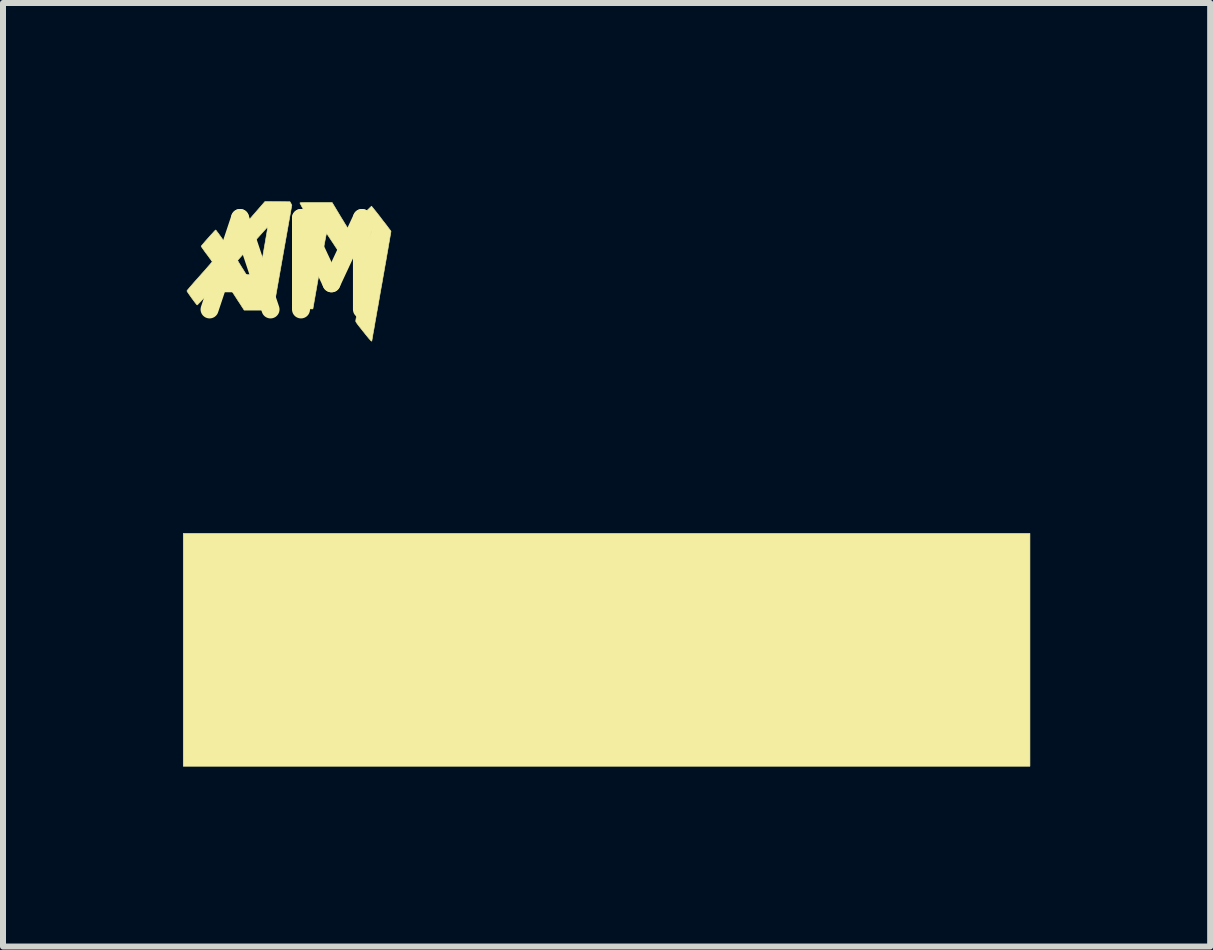
<source format=kicad_pcb>
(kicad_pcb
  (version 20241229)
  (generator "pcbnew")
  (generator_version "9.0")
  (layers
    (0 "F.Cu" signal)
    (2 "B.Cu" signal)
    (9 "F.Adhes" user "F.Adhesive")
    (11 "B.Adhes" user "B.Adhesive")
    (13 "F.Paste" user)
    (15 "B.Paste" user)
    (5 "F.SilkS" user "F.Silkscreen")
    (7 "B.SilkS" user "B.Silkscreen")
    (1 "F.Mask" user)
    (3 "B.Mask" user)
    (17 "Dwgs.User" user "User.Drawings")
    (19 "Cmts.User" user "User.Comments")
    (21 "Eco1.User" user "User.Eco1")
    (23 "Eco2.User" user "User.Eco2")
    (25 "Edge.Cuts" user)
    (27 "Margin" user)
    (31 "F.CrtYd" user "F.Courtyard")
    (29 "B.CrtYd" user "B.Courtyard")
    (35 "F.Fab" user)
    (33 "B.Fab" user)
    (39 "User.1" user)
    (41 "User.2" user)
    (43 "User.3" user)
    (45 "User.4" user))
  (footprint "Name Pad"
    (layer "F.Cu")
    (at 7.061 7.605)
    (property "Reference" "Name Pad" (at 0 0 0) (layer "F.SilkS") (effects (font (size 1.524 1.524) (thickness 0.3))))
    (attr through_hole)
    (fp_poly (pts (xy 7.056 2.117) (xy -7.056 2.117) (xy -7.056 -1.764) (xy 7.056 -1.764) (xy 7.056 2.117)) (stroke (width 0.01) (type solid)) (fill yes) (layer "F.SilkS")))
  (footprint "AM"
    (layer "F.Cu")
    (at 1.822 1.418)
    (property "Reference" "AM" (at 0 0 0) (layer "F.SilkS") (effects (font (size 1.524 1.524) (thickness 0.3))))
    (attr through_hole)
    (fp_poly (pts (xy -0.571 -0.306) (xy -0.571 -0.304) (xy -0.573 -0.296) (xy -0.576 -0.28) (xy -0.58 -0.256) (xy -0.585 -0.226) (xy -0.591 -0.191) (xy -0.598 -0.152) (xy -0.602 -0.13) (xy -0.609 -0.09) (xy -0.616 -0.053) (xy -0.622 -0.02) (xy -0.627 0.008) (xy -0.631 0.029) (xy -0.633 0.042) (xy -0.634 0.045) (xy -0.637 0.051) (xy -0.64 0.052) (xy -0.645 0.047) (xy -0.655 0.035) (xy -0.656 0.033) (xy -0.676 0.004) (xy -0.696 -0.023) (xy -0.714 -0.05) (xy -0.73 -0.074) (xy -0.743 -0.094) (xy -0.752 -0.108) (xy -0.757 -0.116) (xy -0.757 -0.117) (xy -0.754 -0.122) (xy -0.744 -0.133) (xy -0.73 -0.149) (xy -0.713 -0.168) (xy -0.693 -0.19) (xy -0.671 -0.214) (xy -0.649 -0.237) (xy -0.628 -0.259) (xy -0.609 -0.279) (xy -0.594 -0.295) (xy -0.582 -0.306) (xy -0.576 -0.311) (xy -0.576 -0.312) (xy -0.571 -0.313) (xy -0.571 -0.306)) (stroke (width 0.01) (type solid)) (fill yes) (layer "F.SilkS"))
    (fp_poly (pts (xy -0.039 -1.105) (xy -0.008 -1.049) (xy -0.163 -0.174) (xy -0.317 0.701) (xy -0.802 0.701) (xy -0.829 0.659) (xy -0.837 0.647) (xy -0.85 0.627) (xy -0.867 0.6) (xy -0.888 0.568) (xy -0.912 0.532) (xy -0.938 0.491) (xy -0.966 0.448) (xy -0.995 0.403) (xy -1.005 0.387) (xy -1.034 0.344) (xy -1.06 0.303) (xy -1.085 0.266) (xy -1.106 0.233) (xy -1.125 0.205) (xy -1.14 0.183) (xy -1.151 0.167) (xy -1.157 0.159) (xy -1.158 0.157) (xy -1.162 0.161) (xy -1.172 0.172) (xy -1.188 0.188) (xy -1.209 0.211) (xy -1.234 0.238) (xy -1.263 0.27) (xy -1.295 0.305) (xy -1.33 0.343) (xy -1.367 0.384) (xy -1.369 0.386) (xy -1.407 0.428) (xy -1.443 0.467) (xy -1.476 0.502) (xy -1.506 0.534) (xy -1.532 0.562) (xy -1.554 0.584) (xy -1.57 0.601) (xy -1.581 0.611) (xy -1.586 0.615) (xy -1.591 0.611) (xy -1.6 0.6) (xy -1.614 0.583) (xy -1.63 0.562) (xy -1.648 0.537) (xy -1.668 0.511) (xy -1.687 0.484) (xy -1.706 0.457) (xy -1.723 0.433) (xy -1.738 0.411) (xy -1.749 0.395) (xy -1.755 0.384) (xy -1.756 0.381) (xy -1.753 0.376) (xy -1.744 0.364) (xy -1.728 0.345) (xy -1.707 0.32) (xy -1.681 0.29) (xy -1.651 0.255) (xy -1.616 0.215) (xy -1.577 0.172) (xy -1.544 0.135) (xy -1.501 0.086) (xy -1.461 0.042) (xy -1.426 0.002) (xy -1.397 -0.032) (xy -1.372 -0.06) (xy -1.354 -0.082) (xy -1.341 -0.098) (xy -1.335 -0.107) (xy -1.335 -0.108) (xy -1.338 -0.114) (xy -1.348 -0.126) (xy -1.349 -0.128) (xy -0.911 -0.128) (xy -0.909 -0.123) (xy -0.902 -0.11) (xy -0.891 -0.091) (xy -0.876 -0.066) (xy -0.858 -0.037) (xy -0.837 -0.003) (xy -0.814 0.033) (xy -0.79 0.072) (xy -0.765 0.111) (xy -0.739 0.151) (xy -0.714 0.19) (xy -0.69 0.228) (xy -0.667 0.262) (xy -0.646 0.294) (xy -0.628 0.321) (xy -0.613 0.342) (xy -0.602 0.358) (xy -0.596 0.366) (xy -0.594 0.367) (xy -0.593 0.362) (xy -0.59 0.347) (xy -0.585 0.323) (xy -0.58 0.292) (xy -0.572 0.253) (xy -0.564 0.208) (xy -0.555 0.156) (xy -0.545 0.099) (xy -0.534 0.037) (xy -0.522 -0.028) (xy -0.51 -0.098) (xy -0.499 -0.16) (xy -0.486 -0.231) (xy -0.474 -0.3) (xy -0.463 -0.365) (xy -0.452 -0.426) (xy -0.443 -0.482) (xy -0.434 -0.533) (xy -0.426 -0.577) (xy -0.42 -0.615) (xy -0.415 -0.646) (xy -0.412 -0.668) (xy -0.41 -0.681) (xy -0.409 -0.685) (xy -0.413 -0.685) (xy -0.417 -0.681) (xy -0.426 -0.67) (xy -0.442 -0.653) (xy -0.463 -0.63) (xy -0.488 -0.602) (xy -0.518 -0.569) (xy -0.551 -0.532) (xy -0.587 -0.492) (xy -0.625 -0.449) (xy -0.661 -0.409) (xy -0.701 -0.364) (xy -0.74 -0.321) (xy -0.776 -0.281) (xy -0.808 -0.244) (xy -0.838 -0.211) (xy -0.863 -0.183) (xy -0.883 -0.16) (xy -0.898 -0.143) (xy -0.908 -0.132) (xy -0.911 -0.128) (xy -1.349 -0.128) (xy -1.361 -0.145) (xy -1.379 -0.168) (xy -1.399 -0.196) (xy -1.421 -0.226) (xy -1.429 -0.236) (xy -1.452 -0.266) (xy -1.472 -0.295) (xy -1.49 -0.32) (xy -1.504 -0.34) (xy -1.513 -0.355) (xy -1.518 -0.363) (xy -1.518 -0.364) (xy -1.514 -0.37) (xy -1.505 -0.382) (xy -1.49 -0.399) (xy -1.472 -0.42) (xy -1.451 -0.445) (xy -1.427 -0.472) (xy -1.403 -0.499) (xy -1.378 -0.527) (xy -1.354 -0.554) (xy -1.331 -0.578) (xy -1.312 -0.6) (xy -1.296 -0.617) (xy -1.284 -0.629) (xy -1.278 -0.634) (xy -1.277 -0.635) (xy -1.273 -0.631) (xy -1.264 -0.62) (xy -1.251 -0.602) (xy -1.233 -0.579) (xy -1.214 -0.552) (xy -1.192 -0.522) (xy -1.184 -0.511) (xy -1.162 -0.479) (xy -1.141 -0.451) (xy -1.123 -0.427) (xy -1.108 -0.407) (xy -1.097 -0.393) (xy -1.091 -0.387) (xy -1.09 -0.386) (xy -1.086 -0.39) (xy -1.076 -0.401) (xy -1.06 -0.419) (xy -1.039 -0.442) (xy -1.013 -0.471) (xy -0.982 -0.506) (xy -0.948 -0.544) (xy -0.911 -0.587) (xy -0.87 -0.633) (xy -0.827 -0.682) (xy -0.782 -0.733) (xy -0.77 -0.747) (xy -0.456 -1.108) (xy -0.039 -1.105)) (stroke (width 0.01) (type solid)) (fill yes) (layer "F.SilkS"))
    (fp_poly (pts (xy 0.797 -0.871) (xy 0.823 -0.828) (xy 0.848 -0.788) (xy 0.87 -0.751) (xy 0.89 -0.719) (xy 0.907 -0.692) (xy 0.92 -0.671) (xy 0.929 -0.657) (xy 0.934 -0.651) (xy 0.934 -0.65) (xy 0.938 -0.654) (xy 0.949 -0.664) (xy 0.965 -0.68) (xy 0.987 -0.701) (xy 1.013 -0.727) (xy 1.043 -0.756) (xy 1.076 -0.789) (xy 1.111 -0.824) (xy 1.128 -0.841) (xy 1.164 -0.877) (xy 1.198 -0.911) (xy 1.229 -0.942) (xy 1.257 -0.97) (xy 1.281 -0.993) (xy 1.299 -1.011) (xy 1.313 -1.024) (xy 1.32 -1.03) (xy 1.321 -1.031) (xy 1.324 -1.027) (xy 1.333 -1.016) (xy 1.347 -0.999) (xy 1.365 -0.976) (xy 1.387 -0.949) (xy 1.411 -0.919) (xy 1.437 -0.886) (xy 1.464 -0.851) (xy 1.491 -0.815) (xy 1.518 -0.78) (xy 1.545 -0.746) (xy 1.57 -0.714) (xy 1.592 -0.684) (xy 1.611 -0.659) (xy 1.627 -0.638) (xy 1.638 -0.623) (xy 1.644 -0.615) (xy 1.645 -0.613) (xy 1.644 -0.608) (xy 1.642 -0.593) (xy 1.638 -0.569) (xy 1.632 -0.536) (xy 1.625 -0.495) (xy 1.617 -0.447) (xy 1.607 -0.392) (xy 1.597 -0.331) (xy 1.585 -0.263) (xy 1.572 -0.19) (xy 1.559 -0.112) (xy 1.544 -0.029) (xy 1.529 0.057) (xy 1.513 0.147) (xy 1.497 0.24) (xy 1.486 0.301) (xy 1.469 0.395) (xy 1.453 0.487) (xy 1.438 0.576) (xy 1.423 0.661) (xy 1.408 0.742) (xy 1.395 0.818) (xy 1.382 0.889) (xy 1.371 0.955) (xy 1.361 1.014) (xy 1.351 1.066) (xy 1.343 1.112) (xy 1.337 1.149) (xy 1.332 1.179) (xy 1.328 1.2) (xy 1.326 1.211) (xy 1.326 1.214) (xy 1.325 1.218) (xy 1.321 1.218) (xy 1.315 1.214) (xy 1.305 1.205) (xy 1.292 1.19) (xy 1.274 1.17) (xy 1.252 1.143) (xy 1.224 1.109) (xy 1.191 1.067) (xy 1.184 1.059) (xy 1.151 1.017) (xy 1.123 0.982) (xy 1.101 0.954) (xy 1.084 0.931) (xy 1.072 0.914) (xy 1.064 0.901) (xy 1.059 0.891) (xy 1.057 0.885) (xy 1.057 0.884) (xy 1.058 0.878) (xy 1.06 0.862) (xy 1.064 0.837) (xy 1.07 0.803) (xy 1.077 0.763) (xy 1.085 0.714) (xy 1.094 0.66) (xy 1.105 0.599) (xy 1.116 0.533) (xy 1.129 0.461) (xy 1.142 0.386) (xy 1.156 0.307) (xy 1.17 0.224) (xy 1.185 0.139) (xy 1.186 0.134) (xy 1.201 0.049) (xy 1.216 -0.033) (xy 1.23 -0.112) (xy 1.243 -0.187) (xy 1.255 -0.258) (xy 1.266 -0.324) (xy 1.277 -0.384) (xy 1.286 -0.439) (xy 1.295 -0.486) (xy 1.301 -0.527) (xy 1.307 -0.56) (xy 1.311 -0.584) (xy 1.314 -0.6) (xy 1.314 -0.606) (xy 1.314 -0.606) (xy 1.311 -0.603) (xy 1.3 -0.594) (xy 1.284 -0.578) (xy 1.263 -0.557) (xy 1.237 -0.531) (xy 1.207 -0.501) (xy 1.174 -0.467) (xy 1.138 -0.43) (xy 1.099 -0.39) (xy 1.089 -0.38) (xy 1.05 -0.34) (xy 1.013 -0.302) (xy 0.979 -0.267) (xy 0.947 -0.235) (xy 0.92 -0.207) (xy 0.897 -0.184) (xy 0.879 -0.166) (xy 0.867 -0.154) (xy 0.861 -0.149) (xy 0.861 -0.149) (xy 0.857 -0.153) (xy 0.849 -0.164) (xy 0.836 -0.183) (xy 0.819 -0.208) (xy 0.798 -0.238) (xy 0.775 -0.272) (xy 0.75 -0.31) (xy 0.723 -0.351) (xy 0.716 -0.361) (xy 0.689 -0.403) (xy 0.663 -0.442) (xy 0.639 -0.478) (xy 0.618 -0.51) (xy 0.6 -0.537) (xy 0.586 -0.558) (xy 0.576 -0.572) (xy 0.572 -0.579) (xy 0.571 -0.579) (xy 0.57 -0.576) (xy 0.567 -0.563) (xy 0.562 -0.542) (xy 0.556 -0.511) (xy 0.548 -0.471) (xy 0.539 -0.423) (xy 0.528 -0.364) (xy 0.516 -0.296) (xy 0.502 -0.219) (xy 0.486 -0.132) (xy 0.469 -0.035) (xy 0.454 0.049) (xy 0.343 0.681) (xy 0.014 0.681) (xy 0.017 0.664) (xy 0.023 0.632) (xy 0.03 0.593) (xy 0.038 0.546) (xy 0.047 0.494) (xy 0.057 0.437) (xy 0.068 0.375) (xy 0.08 0.309) (xy 0.092 0.24) (xy 0.105 0.168) (xy 0.118 0.094) (xy 0.131 0.019) (xy 0.144 -0.056) (xy 0.157 -0.132) (xy 0.17 -0.206) (xy 0.183 -0.28) (xy 0.196 -0.351) (xy 0.207 -0.42) (xy 0.219 -0.485) (xy 0.229 -0.546) (xy 0.239 -0.602) (xy 0.248 -0.653) (xy 0.256 -0.698) (xy 0.262 -0.736) (xy 0.268 -0.766) (xy 0.271 -0.789) (xy 0.274 -0.802) (xy 0.274 -0.807) (xy 0.272 -0.814) (xy 0.265 -0.828) (xy 0.255 -0.849) (xy 0.241 -0.875) (xy 0.225 -0.905) (xy 0.207 -0.938) (xy 0.202 -0.945) (xy 0.184 -0.979) (xy 0.167 -1.009) (xy 0.152 -1.036) (xy 0.141 -1.058) (xy 0.132 -1.074) (xy 0.128 -1.082) (xy 0.128 -1.083) (xy 0.128 -1.085) (xy 0.129 -1.087) (xy 0.133 -1.088) (xy 0.139 -1.089) (xy 0.149 -1.09) (xy 0.163 -1.091) (xy 0.183 -1.091) (xy 0.209 -1.092) (xy 0.242 -1.092) (xy 0.283 -1.092) (xy 0.332 -1.092) (xy 0.39 -1.092) (xy 0.395 -1.092) (xy 0.664 -1.092) (xy 0.797 -0.871)) (stroke (width 0.01) (type solid)) (fill yes) (layer "F.SilkS")))
  (gr_rect
    (start -3 -3)
    (end 17.121 12.727)
    (stroke (width 0.1) (type default))
    (fill no)
    (layer "Edge.Cuts")))
</source>
